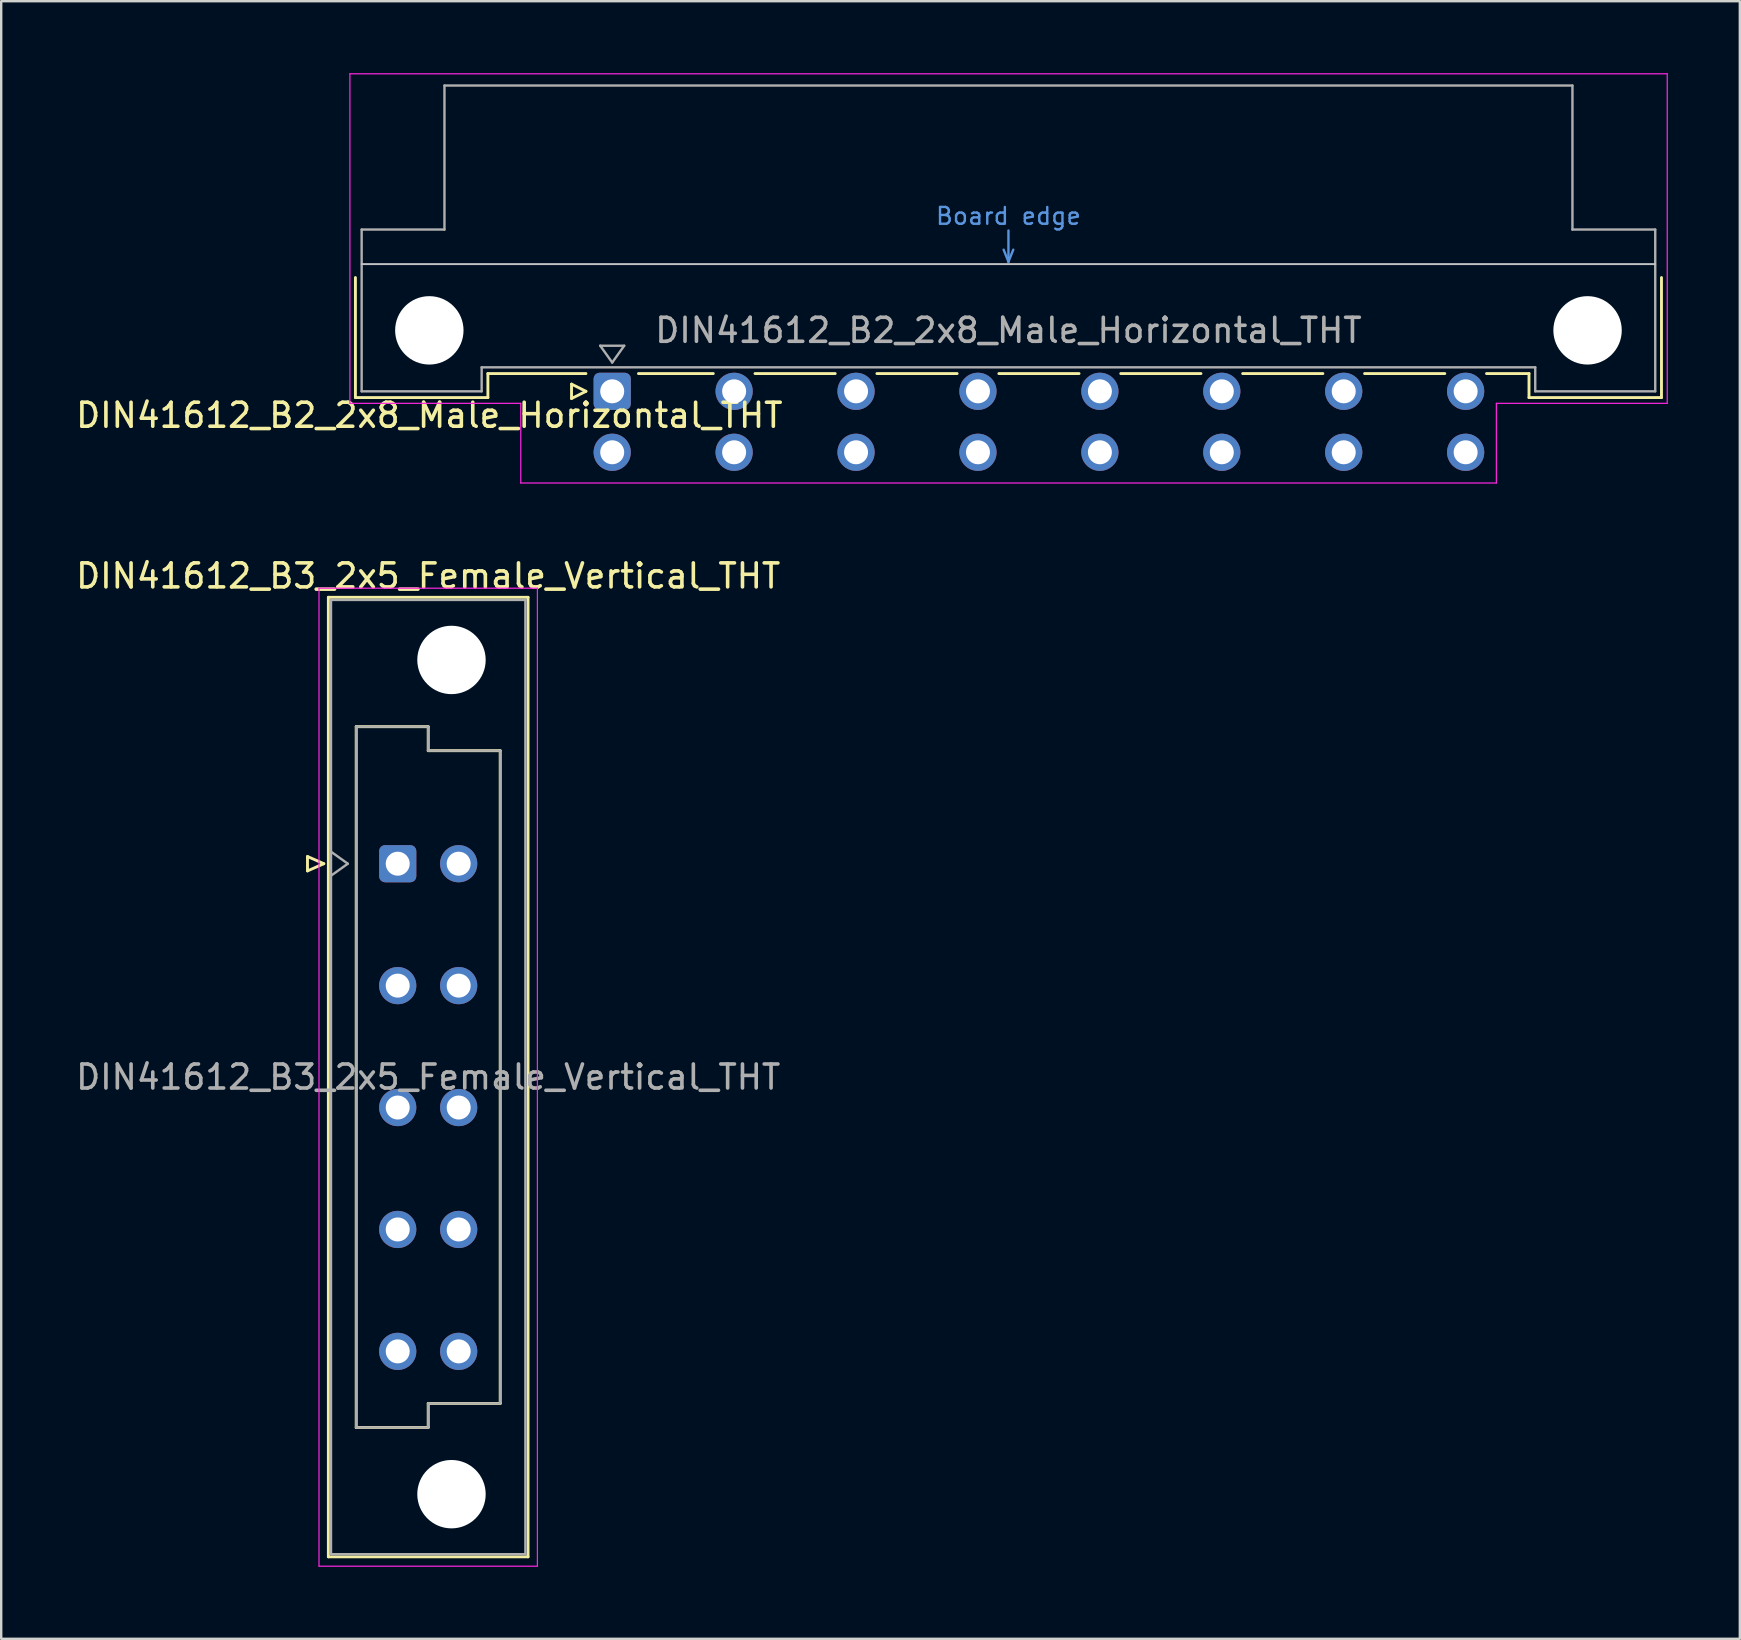
<source format=kicad_pcb>
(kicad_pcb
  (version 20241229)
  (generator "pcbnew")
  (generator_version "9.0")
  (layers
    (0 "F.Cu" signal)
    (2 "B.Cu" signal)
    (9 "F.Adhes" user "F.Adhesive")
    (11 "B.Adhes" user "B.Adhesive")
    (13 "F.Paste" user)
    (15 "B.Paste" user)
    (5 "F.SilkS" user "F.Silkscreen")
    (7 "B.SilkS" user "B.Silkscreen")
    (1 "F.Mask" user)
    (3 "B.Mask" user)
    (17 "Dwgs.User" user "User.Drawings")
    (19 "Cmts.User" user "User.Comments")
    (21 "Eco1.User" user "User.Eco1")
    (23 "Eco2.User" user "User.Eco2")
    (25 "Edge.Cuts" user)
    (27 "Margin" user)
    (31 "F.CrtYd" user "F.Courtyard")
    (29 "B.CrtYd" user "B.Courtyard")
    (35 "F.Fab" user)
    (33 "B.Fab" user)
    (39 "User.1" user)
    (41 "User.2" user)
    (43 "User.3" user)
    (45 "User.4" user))
  (footprint "DIN41612_B3_2x5_Female_Vertical_THT"
    (layer "F.Cu")
    (at 13.522 30.398)
    (property "Reference" "DIN41612_B3_2x5_Female_Vertical_THT" (at 1.27 -9.45 0) (layer "F.SilkS") (effects (font (size 1 1) (thickness 0.15))))
    (attr through_hole)
    (fp_line (start -3.76 2.24) (end -3.76 2.84) (stroke (width 0.12) (type solid)) (layer "F.SilkS"))
    (fp_line (start -3.76 2.84) (end -3.08 2.54) (stroke (width 0.12) (type solid)) (layer "F.SilkS"))
    (fp_line (start -3.08 2.54) (end -3.76 2.24) (stroke (width 0.12) (type solid)) (layer "F.SilkS"))
    (fp_line (start -2.89 -8.56) (end 5.43 -8.56) (stroke (width 0.12) (type solid)) (layer "F.SilkS"))
    (fp_line (start -2.89 31.42) (end -2.89 -8.56) (stroke (width 0.12) (type solid)) (layer "F.SilkS"))
    (fp_line (start -1.73 -3.17) (end 1.27 -3.17) (stroke (width 0.12) (type solid)) (layer "F.SilkS"))
    (fp_line (start -1.73 26.03) (end -1.73 -3.17) (stroke (width 0.12) (type solid)) (layer "F.SilkS"))
    (fp_line (start 1.27 -3.17) (end 1.27 -2.17) (stroke (width 0.12) (type solid)) (layer "F.SilkS"))
    (fp_line (start 1.27 -2.17) (end 4.27 -2.17) (stroke (width 0.12) (type solid)) (layer "F.SilkS"))
    (fp_line (start 1.27 25.03) (end 1.27 26.03) (stroke (width 0.12) (type solid)) (layer "F.SilkS"))
    (fp_line (start 1.27 26.03) (end -1.73 26.03) (stroke (width 0.12) (type solid)) (layer "F.SilkS"))
    (fp_line (start 4.27 -2.17) (end 4.27 25.03) (stroke (width 0.12) (type solid)) (layer "F.SilkS"))
    (fp_line (start 4.27 25.03) (end 1.27 25.03) (stroke (width 0.12) (type solid)) (layer "F.SilkS"))
    (fp_line (start 5.43 -8.56) (end 5.43 31.42) (stroke (width 0.12) (type solid)) (layer "F.SilkS"))
    (fp_line (start 5.43 31.42) (end -2.89 31.42) (stroke (width 0.12) (type solid)) (layer "F.SilkS"))
    (fp_line (start -3.28 -8.94) (end 5.82 -8.94) (stroke (width 0.05) (type solid)) (layer "F.CrtYd"))
    (fp_line (start -3.28 31.81) (end -3.28 -8.94) (stroke (width 0.05) (type solid)) (layer "F.CrtYd"))
    (fp_line (start 5.82 -8.94) (end 5.82 31.81) (stroke (width 0.05) (type solid)) (layer "F.CrtYd"))
    (fp_line (start 5.82 31.81) (end -3.28 31.81) (stroke (width 0.05) (type solid)) (layer "F.CrtYd"))
    (fp_line (start -2.78 -8.45) (end 5.32 -8.45) (stroke (width 0.1) (type solid)) (layer "F.Fab"))
    (fp_line (start -2.78 2.04) (end -2.08 2.54) (stroke (width 0.1) (type solid)) (layer "F.Fab"))
    (fp_line (start -2.78 31.31) (end -2.78 -8.45) (stroke (width 0.1) (type solid)) (layer "F.Fab"))
    (fp_line (start -2.08 2.54) (end -2.78 3.04) (stroke (width 0.1) (type solid)) (layer "F.Fab"))
    (fp_line (start -1.73 -3.17) (end 1.27 -3.17) (stroke (width 0.1) (type solid)) (layer "F.Fab"))
    (fp_line (start -1.73 26.03) (end -1.73 -3.17) (stroke (width 0.1) (type solid)) (layer "F.Fab"))
    (fp_line (start 1.27 -3.17) (end 1.27 -2.17) (stroke (width 0.1) (type solid)) (layer "F.Fab"))
    (fp_line (start 1.27 -2.17) (end 4.27 -2.17) (stroke (width 0.1) (type solid)) (layer "F.Fab"))
    (fp_line (start 1.27 25.03) (end 1.27 26.03) (stroke (width 0.1) (type solid)) (layer "F.Fab"))
    (fp_line (start 1.27 26.03) (end -1.73 26.03) (stroke (width 0.1) (type solid)) (layer "F.Fab"))
    (fp_line (start 4.27 -2.17) (end 4.27 25.03) (stroke (width 0.1) (type solid)) (layer "F.Fab"))
    (fp_line (start 4.27 25.03) (end 1.27 25.03) (stroke (width 0.1) (type solid)) (layer "F.Fab"))
    (fp_line (start 5.32 -8.45) (end 5.32 31.31) (stroke (width 0.1) (type solid)) (layer "F.Fab"))
    (fp_line (start 5.32 31.31) (end -2.78 31.31) (stroke (width 0.1) (type solid)) (layer "F.Fab"))
    (fp_text user "${REFERENCE}" (at 1.27 11.43 0) (layer "F.Fab") (effects (font (size 1 1) (thickness 0.15))))
    (pad "" np_thru_hole circle (at 2.24 -5.95) (size 2.85 2.85) (drill 2.85) (layers "*.Cu" "*.Mask"))
    (pad "" np_thru_hole circle (at 2.24 28.81) (size 2.85 2.85) (drill 2.85) (layers "*.Cu" "*.Mask"))
    (pad "a2" thru_hole roundrect (at 0 2.54) (size 1.55 1.55) (drill 1) (layers "*.Cu" "*.Mask") (roundrect_rratio 0.161))
    (pad "a4" thru_hole circle (at 0 7.62) (size 1.55 1.55) (drill 1) (layers "*.Cu" "*.Mask"))
    (pad "a6" thru_hole circle (at 0 12.7) (size 1.55 1.55) (drill 1) (layers "*.Cu" "*.Mask"))
    (pad "a8" thru_hole circle (at 0 17.78) (size 1.55 1.55) (drill 1) (layers "*.Cu" "*.Mask"))
    (pad "a10" thru_hole circle (at 0 22.86) (size 1.55 1.55) (drill 1) (layers "*.Cu" "*.Mask"))
    (pad "b2" thru_hole circle (at 2.54 2.54) (size 1.55 1.55) (drill 1) (layers "*.Cu" "*.Mask"))
    (pad "b4" thru_hole circle (at 2.54 7.62) (size 1.55 1.55) (drill 1) (layers "*.Cu" "*.Mask"))
    (pad "b6" thru_hole circle (at 2.54 12.7) (size 1.55 1.55) (drill 1) (layers "*.Cu" "*.Mask"))
    (pad "b8" thru_hole circle (at 2.54 17.78) (size 1.55 1.55) (drill 1) (layers "*.Cu" "*.Mask"))
    (pad "b10" thru_hole circle (at 2.54 22.86) (size 1.55 1.55) (drill 1) (layers "*.Cu" "*.Mask")))
  (footprint "DIN41612_B2_2x8_Male_Horizontal_THT"
    (layer "F.Cu")
    (at 19.919 13.255)
    (property "Reference" "DIN41612_B2_2x8_Male_Horizontal_THT" (at -5.08 1 0) (layer "F.SilkS") (effects (font (size 1 1) (thickness 0.15))))
    (attr through_hole)
    (fp_line (start -8.16 -4.74) (end -8.16 0.26) (stroke (width 0.12) (type solid)) (layer "F.SilkS"))
    (fp_line (start -8.16 0.26) (end -2.64 0.26) (stroke (width 0.12) (type solid)) (layer "F.SilkS"))
    (fp_line (start -2.64 -0.74) (end 1.445 -0.74) (stroke (width 0.12) (type solid)) (layer "F.SilkS"))
    (fp_line (start -2.64 0.26) (end -2.64 -0.74) (stroke (width 0.12) (type solid)) (layer "F.SilkS"))
    (fp_line (start 0.845 -0.3) (end 0.845 0.3) (stroke (width 0.12) (type solid)) (layer "F.SilkS"))
    (fp_line (start 0.845 0.3) (end 1.445 0) (stroke (width 0.12) (type solid)) (layer "F.SilkS"))
    (fp_line (start 1.445 0) (end 0.845 -0.3) (stroke (width 0.12) (type solid)) (layer "F.SilkS"))
    (fp_line (start 3.635 -0.74) (end 6.751 -0.74) (stroke (width 0.12) (type solid)) (layer "F.SilkS"))
    (fp_line (start 8.49 -0.74) (end 11.831 -0.74) (stroke (width 0.12) (type solid)) (layer "F.SilkS"))
    (fp_line (start 13.57 -0.74) (end 16.911 -0.74) (stroke (width 0.12) (type solid)) (layer "F.SilkS"))
    (fp_line (start 18.65 -0.74) (end 21.991 -0.74) (stroke (width 0.12) (type solid)) (layer "F.SilkS"))
    (fp_line (start 23.73 -0.74) (end 27.071 -0.74) (stroke (width 0.12) (type solid)) (layer "F.SilkS"))
    (fp_line (start 28.81 -0.74) (end 32.151 -0.74) (stroke (width 0.12) (type solid)) (layer "F.SilkS"))
    (fp_line (start 33.89 -0.74) (end 37.231 -0.74) (stroke (width 0.12) (type solid)) (layer "F.SilkS"))
    (fp_line (start 38.97 -0.74) (end 40.74 -0.74) (stroke (width 0.12) (type solid)) (layer "F.SilkS"))
    (fp_line (start 40.74 0.26) (end 40.74 -0.74) (stroke (width 0.12) (type solid)) (layer "F.SilkS"))
    (fp_line (start 46.26 -4.74) (end 46.26 0.26) (stroke (width 0.12) (type solid)) (layer "F.SilkS"))
    (fp_line (start 46.26 0.26) (end 40.74 0.26) (stroke (width 0.12) (type solid)) (layer "F.SilkS"))
    (fp_line (start -7.9 -5.3) (end 46 -5.3) (stroke (width 0.08) (type solid)) (layer "Dwgs.User"))
    (fp_line (start 18.85 -5.9) (end 19.05 -5.4) (stroke (width 0.1) (type solid)) (layer "Cmts.User"))
    (fp_line (start 19.05 -5.4) (end 19.05 -6.7) (stroke (width 0.1) (type solid)) (layer "Cmts.User"))
    (fp_line (start 19.05 -5.4) (end 19.25 -5.9) (stroke (width 0.1) (type solid)) (layer "Cmts.User"))
    (fp_line (start -8.39 -13.23) (end -8.39 0.5) (stroke (width 0.05) (type solid)) (layer "F.CrtYd"))
    (fp_line (start -8.39 0.5) (end -1.27 0.5) (stroke (width 0.05) (type solid)) (layer "F.CrtYd"))
    (fp_line (start -1.27 0.5) (end -1.27 3.82) (stroke (width 0.05) (type solid)) (layer "F.CrtYd"))
    (fp_line (start -1.27 3.82) (end 39.38 3.82) (stroke (width 0.05) (type solid)) (layer "F.CrtYd"))
    (fp_line (start 39.38 0.5) (end 46.5 0.5) (stroke (width 0.05) (type solid)) (layer "F.CrtYd"))
    (fp_line (start 39.38 3.82) (end 39.38 0.5) (stroke (width 0.05) (type solid)) (layer "F.CrtYd"))
    (fp_line (start 46.5 -13.23) (end -8.39 -13.23) (stroke (width 0.05) (type solid)) (layer "F.CrtYd"))
    (fp_line (start 46.5 0.5) (end 46.5 -13.23) (stroke (width 0.05) (type solid)) (layer "F.CrtYd"))
    (fp_line (start -7.9 -6.74) (end -7.9 0) (stroke (width 0.1) (type solid)) (layer "F.Fab"))
    (fp_line (start -7.9 0) (end -2.9 0) (stroke (width 0.1) (type solid)) (layer "F.Fab"))
    (fp_line (start -4.45 -12.74) (end -4.45 -6.74) (stroke (width 0.1) (type solid)) (layer "F.Fab"))
    (fp_line (start -4.45 -6.74) (end -7.9 -6.74) (stroke (width 0.1) (type solid)) (layer "F.Fab"))
    (fp_line (start -2.9 -1) (end 41 -1) (stroke (width 0.1) (type solid)) (layer "F.Fab"))
    (fp_line (start -2.9 0) (end -2.9 -1) (stroke (width 0.1) (type solid)) (layer "F.Fab"))
    (fp_line (start 2.04 -1.9) (end 3.04 -1.9) (stroke (width 0.1) (type solid)) (layer "F.Fab"))
    (fp_line (start 2.54 -1.2) (end 2.04 -1.9) (stroke (width 0.1) (type solid)) (layer "F.Fab"))
    (fp_line (start 3.04 -1.9) (end 2.54 -1.2) (stroke (width 0.1) (type solid)) (layer "F.Fab"))
    (fp_line (start 41 -1) (end 41 0) (stroke (width 0.1) (type solid)) (layer "F.Fab"))
    (fp_line (start 41 0) (end 46 0) (stroke (width 0.1) (type solid)) (layer "F.Fab"))
    (fp_line (start 42.55 -12.74) (end -4.45 -12.74) (stroke (width 0.1) (type solid)) (layer "F.Fab"))
    (fp_line (start 42.55 -6.74) (end 42.55 -12.74) (stroke (width 0.1) (type solid)) (layer "F.Fab"))
    (fp_line (start 46 -6.74) (end 42.55 -6.74) (stroke (width 0.1) (type solid)) (layer "F.Fab"))
    (fp_line (start 46 0) (end 46 -6.74) (stroke (width 0.1) (type solid)) (layer "F.Fab"))
    (fp_text user "Board edge" (at 19.05 -7.3 0) (layer "Cmts.User") (effects (font (size 0.7 0.7) (thickness 0.1))))
    (fp_text user "${REFERENCE}" (at 19.05 -2.54 0) (layer "F.Fab") (effects (font (size 1 1) (thickness 0.15))))
    (pad "" np_thru_hole circle (at -5.08 -2.54) (size 2.85 2.85) (drill 2.85) (layers "*.Cu" "*.Mask"))
    (pad "" np_thru_hole circle (at 43.18 -2.54) (size 2.85 2.85) (drill 2.85) (layers "*.Cu" "*.Mask"))
    (pad "a2" thru_hole roundrect (at 2.54 0) (size 1.55 1.55) (drill 1) (layers "*.Cu" "*.Mask") (roundrect_rratio 0.161))
    (pad "a4" thru_hole circle (at 7.62 0) (size 1.55 1.55) (drill 1) (layers "*.Cu" "*.Mask"))
    (pad "a6" thru_hole circle (at 12.7 0) (size 1.55 1.55) (drill 1) (layers "*.Cu" "*.Mask"))
    (pad "a8" thru_hole circle (at 17.78 0) (size 1.55 1.55) (drill 1) (layers "*.Cu" "*.Mask"))
    (pad "a10" thru_hole circle (at 22.86 0) (size 1.55 1.55) (drill 1) (layers "*.Cu" "*.Mask"))
    (pad "a12" thru_hole circle (at 27.94 0) (size 1.55 1.55) (drill 1) (layers "*.Cu" "*.Mask"))
    (pad "a14" thru_hole circle (at 33.02 0) (size 1.55 1.55) (drill 1) (layers "*.Cu" "*.Mask"))
    (pad "a16" thru_hole circle (at 38.1 0) (size 1.55 1.55) (drill 1) (layers "*.Cu" "*.Mask"))
    (pad "b2" thru_hole circle (at 2.54 2.54) (size 1.55 1.55) (drill 1) (layers "*.Cu" "*.Mask"))
    (pad "b4" thru_hole circle (at 7.62 2.54) (size 1.55 1.55) (drill 1) (layers "*.Cu" "*.Mask"))
    (pad "b6" thru_hole circle (at 12.7 2.54) (size 1.55 1.55) (drill 1) (layers "*.Cu" "*.Mask"))
    (pad "b8" thru_hole circle (at 17.78 2.54) (size 1.55 1.55) (drill 1) (layers "*.Cu" "*.Mask"))
    (pad "b10" thru_hole circle (at 22.86 2.54) (size 1.55 1.55) (drill 1) (layers "*.Cu" "*.Mask"))
    (pad "b12" thru_hole circle (at 27.94 2.54) (size 1.55 1.55) (drill 1) (layers "*.Cu" "*.Mask"))
    (pad "b14" thru_hole circle (at 33.02 2.54) (size 1.55 1.55) (drill 1) (layers "*.Cu" "*.Mask"))
    (pad "b16" thru_hole circle (at 38.1 2.54) (size 1.55 1.55) (drill 1) (layers "*.Cu" "*.Mask")))
  (gr_rect
    (start -3 -3)
    (end 69.444 65.233)
    (stroke (width 0.1) (type default))
    (fill no)
    (layer "Edge.Cuts")))
</source>
